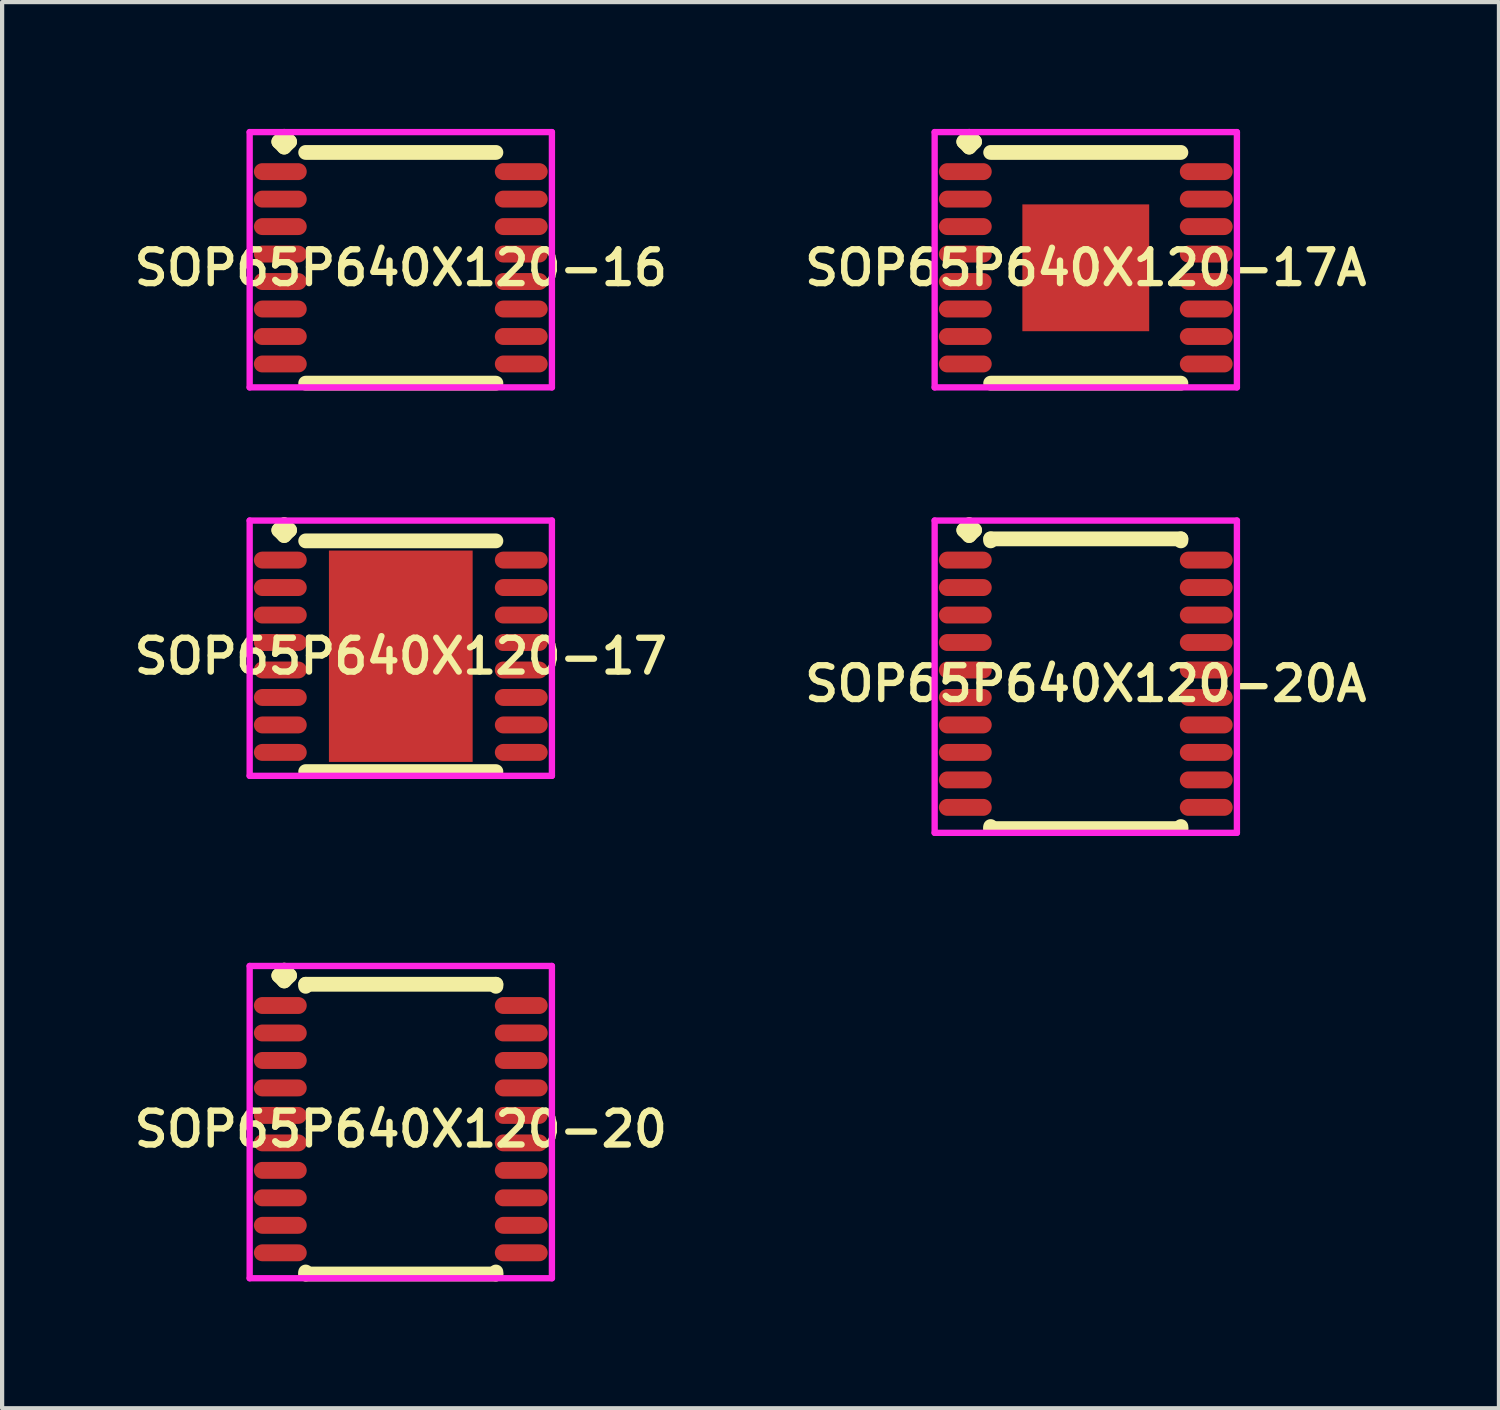
<source format=kicad_pcb>
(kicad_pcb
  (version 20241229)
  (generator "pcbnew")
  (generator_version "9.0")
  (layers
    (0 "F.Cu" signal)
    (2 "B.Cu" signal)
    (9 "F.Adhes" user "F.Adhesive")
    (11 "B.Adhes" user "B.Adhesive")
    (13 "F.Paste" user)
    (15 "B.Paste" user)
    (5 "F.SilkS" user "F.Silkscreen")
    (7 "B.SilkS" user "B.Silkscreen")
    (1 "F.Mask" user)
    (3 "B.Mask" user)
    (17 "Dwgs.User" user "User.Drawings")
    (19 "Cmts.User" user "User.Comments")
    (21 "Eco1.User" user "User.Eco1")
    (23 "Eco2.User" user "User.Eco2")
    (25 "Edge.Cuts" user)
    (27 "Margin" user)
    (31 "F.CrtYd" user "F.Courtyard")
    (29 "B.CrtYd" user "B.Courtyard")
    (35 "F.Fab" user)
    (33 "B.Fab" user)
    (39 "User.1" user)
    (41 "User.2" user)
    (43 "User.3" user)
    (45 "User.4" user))
  (footprint "SOP65P640X120-20"
    (layer "F.Cu")
    (at 6.431 23.661)
    (property "Reference" "SOP65P640X120-20" (at 0 0 0) (layer "F.SilkS") (effects (font (size 0.8 0.8) (thickness 0.15))))
    (attr through_hole)
    (fp_line (start -2.885 -3.633) (end -2.758 -3.76) (stroke (width 0.35) (type solid)) (layer "F.SilkS"))
    (fp_line (start -2.758 -3.76) (end -2.631 -3.633) (stroke (width 0.35) (type solid)) (layer "F.SilkS"))
    (fp_line (start -2.758 -3.506) (end -2.885 -3.633) (stroke (width 0.35) (type solid)) (layer "F.SilkS"))
    (fp_line (start -2.631 -3.633) (end -2.758 -3.506) (stroke (width 0.35) (type solid)) (layer "F.SilkS"))
    (fp_line (start -2.25 -3.427) (end 2.25 -3.427) (stroke (width 0.35) (type solid)) (layer "F.SilkS"))
    (fp_line (start -2.25 -3.379) (end -2.25 -3.427) (stroke (width 0.35) (type solid)) (layer "F.SilkS"))
    (fp_line (start -2.25 3.379) (end -2.25 3.427) (stroke (width 0.35) (type solid)) (layer "F.SilkS"))
    (fp_line (start -2.25 3.427) (end 2.25 3.427) (stroke (width 0.35) (type solid)) (layer "F.SilkS"))
    (fp_line (start 2.25 -3.427) (end 2.25 -3.379) (stroke (width 0.35) (type solid)) (layer "F.SilkS"))
    (fp_line (start 2.25 3.427) (end 2.25 3.379) (stroke (width 0.35) (type solid)) (layer "F.SilkS"))
    (fp_line (start -3.575 -3.86) (end 3.575 -3.86) (stroke (width 0.15) (type solid)) (layer "F.CrtYd"))
    (fp_line (start -3.575 3.527) (end -3.575 -3.86) (stroke (width 0.15) (type solid)) (layer "F.CrtYd"))
    (fp_line (start 3.575 -3.86) (end 3.575 3.527) (stroke (width 0.15) (type solid)) (layer "F.CrtYd"))
    (fp_line (start 3.575 3.527) (end -3.575 3.527) (stroke (width 0.15) (type solid)) (layer "F.CrtYd"))
    (pad "1" smd oval (at -2.85 -2.925) (size 1.25 0.4) (layers "F.Cu" "F.Mask" "F.Paste"))
    (pad "2" smd oval (at -2.85 -2.275) (size 1.25 0.4) (layers "F.Cu" "F.Mask" "F.Paste"))
    (pad "3" smd oval (at -2.85 -1.625) (size 1.25 0.4) (layers "F.Cu" "F.Mask" "F.Paste"))
    (pad "4" smd oval (at -2.85 -0.975) (size 1.25 0.4) (layers "F.Cu" "F.Mask" "F.Paste"))
    (pad "5" smd oval (at -2.85 -0.325) (size 1.25 0.4) (layers "F.Cu" "F.Mask" "F.Paste"))
    (pad "6" smd oval (at -2.85 0.325) (size 1.25 0.4) (layers "F.Cu" "F.Mask" "F.Paste"))
    (pad "7" smd oval (at -2.85 0.975) (size 1.25 0.4) (layers "F.Cu" "F.Mask" "F.Paste"))
    (pad "8" smd oval (at -2.85 1.625) (size 1.25 0.4) (layers "F.Cu" "F.Mask" "F.Paste"))
    (pad "9" smd oval (at -2.85 2.275) (size 1.25 0.4) (layers "F.Cu" "F.Mask" "F.Paste"))
    (pad "10" smd oval (at -2.85 2.925) (size 1.25 0.4) (layers "F.Cu" "F.Mask" "F.Paste"))
    (pad "11" smd oval (at 2.85 2.925) (size 1.25 0.4) (layers "F.Cu" "F.Mask" "F.Paste"))
    (pad "12" smd oval (at 2.85 2.275) (size 1.25 0.4) (layers "F.Cu" "F.Mask" "F.Paste"))
    (pad "13" smd oval (at 2.85 1.625) (size 1.25 0.4) (layers "F.Cu" "F.Mask" "F.Paste"))
    (pad "14" smd oval (at 2.85 0.975) (size 1.25 0.4) (layers "F.Cu" "F.Mask" "F.Paste"))
    (pad "15" smd oval (at 2.85 0.325) (size 1.25 0.4) (layers "F.Cu" "F.Mask" "F.Paste"))
    (pad "16" smd oval (at 2.85 -0.325) (size 1.25 0.4) (layers "F.Cu" "F.Mask" "F.Paste"))
    (pad "17" smd oval (at 2.85 -0.975) (size 1.25 0.4) (layers "F.Cu" "F.Mask" "F.Paste"))
    (pad "18" smd oval (at 2.85 -1.625) (size 1.25 0.4) (layers "F.Cu" "F.Mask" "F.Paste"))
    (pad "19" smd oval (at 2.85 -2.275) (size 1.25 0.4) (layers "F.Cu" "F.Mask" "F.Paste"))
    (pad "20" smd oval (at 2.85 -2.925) (size 1.25 0.4) (layers "F.Cu" "F.Mask" "F.Paste")))
  (footprint "SOP65P640X120-20A"
    (layer "F.Cu")
    (at 22.635 13.124)
    (property "Reference" "SOP65P640X120-20A" (at 0 0 0) (layer "F.SilkS") (effects (font (size 0.8 0.8) (thickness 0.15))))
    (attr smd)
    (fp_line (start -2.885 -3.633) (end -2.758 -3.76) (stroke (width 0.35) (type solid)) (layer "F.SilkS"))
    (fp_line (start -2.758 -3.76) (end -2.631 -3.633) (stroke (width 0.35) (type solid)) (layer "F.SilkS"))
    (fp_line (start -2.758 -3.506) (end -2.885 -3.633) (stroke (width 0.35) (type solid)) (layer "F.SilkS"))
    (fp_line (start -2.631 -3.633) (end -2.758 -3.506) (stroke (width 0.35) (type solid)) (layer "F.SilkS"))
    (fp_line (start -2.25 -3.427) (end 2.25 -3.427) (stroke (width 0.35) (type solid)) (layer "F.SilkS"))
    (fp_line (start -2.25 -3.379) (end -2.25 -3.427) (stroke (width 0.35) (type solid)) (layer "F.SilkS"))
    (fp_line (start -2.25 3.379) (end -2.25 3.427) (stroke (width 0.35) (type solid)) (layer "F.SilkS"))
    (fp_line (start -2.25 3.427) (end 2.25 3.427) (stroke (width 0.35) (type solid)) (layer "F.SilkS"))
    (fp_line (start 2.25 -3.427) (end 2.25 -3.379) (stroke (width 0.35) (type solid)) (layer "F.SilkS"))
    (fp_line (start 2.25 3.427) (end 2.25 3.379) (stroke (width 0.35) (type solid)) (layer "F.SilkS"))
    (fp_line (start -3.575 -3.86) (end 3.575 -3.86) (stroke (width 0.15) (type solid)) (layer "F.CrtYd"))
    (fp_line (start -3.575 3.527) (end -3.575 -3.86) (stroke (width 0.15) (type solid)) (layer "F.CrtYd"))
    (fp_line (start 3.575 -3.86) (end 3.575 3.527) (stroke (width 0.15) (type solid)) (layer "F.CrtYd"))
    (fp_line (start 3.575 3.527) (end -3.575 3.527) (stroke (width 0.15) (type solid)) (layer "F.CrtYd"))
    (pad "1" smd oval (at -2.85 -2.925) (size 1.25 0.4) (layers "F.Cu" "F.Mask" "F.Paste"))
    (pad "2" smd oval (at -2.85 -2.275) (size 1.25 0.4) (layers "F.Cu" "F.Mask" "F.Paste"))
    (pad "3" smd oval (at -2.85 -1.625) (size 1.25 0.4) (layers "F.Cu" "F.Mask" "F.Paste"))
    (pad "4" smd oval (at -2.85 -0.975) (size 1.25 0.4) (layers "F.Cu" "F.Mask" "F.Paste"))
    (pad "5" smd oval (at -2.85 -0.325) (size 1.25 0.4) (layers "F.Cu" "F.Mask" "F.Paste"))
    (pad "6" smd oval (at -2.85 0.325) (size 1.25 0.4) (layers "F.Cu" "F.Mask" "F.Paste"))
    (pad "7" smd oval (at -2.85 0.975) (size 1.25 0.4) (layers "F.Cu" "F.Mask" "F.Paste"))
    (pad "8" smd oval (at -2.85 1.625) (size 1.25 0.4) (layers "F.Cu" "F.Mask" "F.Paste"))
    (pad "9" smd oval (at -2.85 2.275) (size 1.25 0.4) (layers "F.Cu" "F.Mask" "F.Paste"))
    (pad "10" smd oval (at -2.85 2.925) (size 1.25 0.4) (layers "F.Cu" "F.Mask" "F.Paste"))
    (pad "11" smd oval (at 2.85 2.925) (size 1.25 0.4) (layers "F.Cu" "F.Mask" "F.Paste"))
    (pad "12" smd oval (at 2.85 2.275) (size 1.25 0.4) (layers "F.Cu" "F.Mask" "F.Paste"))
    (pad "13" smd oval (at 2.85 1.625) (size 1.25 0.4) (layers "F.Cu" "F.Mask" "F.Paste"))
    (pad "14" smd oval (at 2.85 0.975) (size 1.25 0.4) (layers "F.Cu" "F.Mask" "F.Paste"))
    (pad "15" smd oval (at 2.85 0.325) (size 1.25 0.4) (layers "F.Cu" "F.Mask" "F.Paste"))
    (pad "16" smd oval (at 2.85 -0.325) (size 1.25 0.4) (layers "F.Cu" "F.Mask" "F.Paste"))
    (pad "17" smd oval (at 2.85 -0.975) (size 1.25 0.4) (layers "F.Cu" "F.Mask" "F.Paste"))
    (pad "18" smd oval (at 2.85 -1.625) (size 1.25 0.4) (layers "F.Cu" "F.Mask" "F.Paste"))
    (pad "19" smd oval (at 2.85 -2.275) (size 1.25 0.4) (layers "F.Cu" "F.Mask" "F.Paste"))
    (pad "20" smd oval (at 2.85 -2.925) (size 1.25 0.4) (layers "F.Cu" "F.Mask" "F.Paste")))
  (footprint "SOP65P640X120-17"
    (layer "F.Cu")
    (at 6.431 12.474)
    (property "Reference" "SOP65P640X120-17" (at 0 0 0) (layer "F.SilkS") (effects (font (size 0.8 0.8) (thickness 0.15))))
    (attr smd)
    (fp_line (start -2.885 -2.983) (end -2.758 -3.11) (stroke (width 0.35) (type solid)) (layer "F.SilkS"))
    (fp_line (start -2.758 -3.11) (end -2.631 -2.983) (stroke (width 0.35) (type solid)) (layer "F.SilkS"))
    (fp_line (start -2.758 -2.856) (end -2.885 -2.983) (stroke (width 0.35) (type solid)) (layer "F.SilkS"))
    (fp_line (start -2.631 -2.983) (end -2.758 -2.856) (stroke (width 0.35) (type solid)) (layer "F.SilkS"))
    (fp_line (start -2.25 -2.729) (end 2.25 -2.729) (stroke (width 0.35) (type solid)) (layer "F.SilkS"))
    (fp_line (start -2.25 2.729) (end 2.25 2.729) (stroke (width 0.35) (type solid)) (layer "F.SilkS"))
    (fp_line (start -3.575 -3.21) (end 3.575 -3.21) (stroke (width 0.15) (type solid)) (layer "F.CrtYd"))
    (fp_line (start -3.575 2.829) (end -3.575 -3.21) (stroke (width 0.15) (type solid)) (layer "F.CrtYd"))
    (fp_line (start 3.575 -3.21) (end 3.575 2.829) (stroke (width 0.15) (type solid)) (layer "F.CrtYd"))
    (fp_line (start 3.575 2.829) (end -3.575 2.829) (stroke (width 0.15) (type solid)) (layer "F.CrtYd"))
    (pad "1" smd oval (at -2.85 -2.275) (size 1.25 0.4) (layers "F.Cu" "F.Mask" "F.Paste"))
    (pad "2" smd oval (at -2.85 -1.625) (size 1.25 0.4) (layers "F.Cu" "F.Mask" "F.Paste"))
    (pad "3" smd oval (at -2.85 -0.975) (size 1.25 0.4) (layers "F.Cu" "F.Mask" "F.Paste"))
    (pad "4" smd oval (at -2.85 -0.325) (size 1.25 0.4) (layers "F.Cu" "F.Mask" "F.Paste"))
    (pad "5" smd oval (at -2.85 0.325) (size 1.25 0.4) (layers "F.Cu" "F.Mask" "F.Paste"))
    (pad "6" smd oval (at -2.85 0.975) (size 1.25 0.4) (layers "F.Cu" "F.Mask" "F.Paste"))
    (pad "7" smd oval (at -2.85 1.625) (size 1.25 0.4) (layers "F.Cu" "F.Mask" "F.Paste"))
    (pad "8" smd oval (at -2.85 2.275) (size 1.25 0.4) (layers "F.Cu" "F.Mask" "F.Paste"))
    (pad "9" smd oval (at 2.85 2.275) (size 1.25 0.4) (layers "F.Cu" "F.Mask" "F.Paste"))
    (pad "10" smd oval (at 2.85 1.625) (size 1.25 0.4) (layers "F.Cu" "F.Mask" "F.Paste"))
    (pad "11" smd oval (at 2.85 0.975) (size 1.25 0.4) (layers "F.Cu" "F.Mask" "F.Paste"))
    (pad "12" smd oval (at 2.85 0.325) (size 1.25 0.4) (layers "F.Cu" "F.Mask" "F.Paste"))
    (pad "13" smd oval (at 2.85 -0.325) (size 1.25 0.4) (layers "F.Cu" "F.Mask" "F.Paste"))
    (pad "14" smd oval (at 2.85 -0.975) (size 1.25 0.4) (layers "F.Cu" "F.Mask" "F.Paste"))
    (pad "15" smd oval (at 2.85 -1.625) (size 1.25 0.4) (layers "F.Cu" "F.Mask" "F.Paste"))
    (pad "16" smd oval (at 2.85 -2.275) (size 1.25 0.4) (layers "F.Cu" "F.Mask" "F.Paste"))
    (pad "17" smd rect (at 0 0) (size 3.4 5) (layers "F.Cu" "F.Mask" "F.Paste")))
  (footprint "SOP65P640X120-17A"
    (layer "F.Cu")
    (at 22.635 3.285)
    (property "Reference" "SOP65P640X120-17A" (at 0 0 0) (layer "F.SilkS") (effects (font (size 0.8 0.8) (thickness 0.15))))
    (attr smd)
    (fp_line (start -2.885 -2.983) (end -2.758 -3.11) (stroke (width 0.35) (type solid)) (layer "F.SilkS"))
    (fp_line (start -2.758 -3.11) (end -2.631 -2.983) (stroke (width 0.35) (type solid)) (layer "F.SilkS"))
    (fp_line (start -2.758 -2.856) (end -2.885 -2.983) (stroke (width 0.35) (type solid)) (layer "F.SilkS"))
    (fp_line (start -2.631 -2.983) (end -2.758 -2.856) (stroke (width 0.35) (type solid)) (layer "F.SilkS"))
    (fp_line (start -2.25 -2.729) (end 2.25 -2.729) (stroke (width 0.35) (type solid)) (layer "F.SilkS"))
    (fp_line (start -2.25 2.729) (end 2.25 2.729) (stroke (width 0.35) (type solid)) (layer "F.SilkS"))
    (fp_line (start -3.575 -3.21) (end 3.575 -3.21) (stroke (width 0.15) (type solid)) (layer "F.CrtYd"))
    (fp_line (start -3.575 2.829) (end -3.575 -3.21) (stroke (width 0.15) (type solid)) (layer "F.CrtYd"))
    (fp_line (start 3.575 -3.21) (end 3.575 2.829) (stroke (width 0.15) (type solid)) (layer "F.CrtYd"))
    (fp_line (start 3.575 2.829) (end -3.575 2.829) (stroke (width 0.15) (type solid)) (layer "F.CrtYd"))
    (pad "1" smd oval (at -2.85 -2.275) (size 1.25 0.4) (layers "F.Cu" "F.Mask" "F.Paste"))
    (pad "2" smd oval (at -2.85 -1.625) (size 1.25 0.4) (layers "F.Cu" "F.Mask" "F.Paste"))
    (pad "3" smd oval (at -2.85 -0.975) (size 1.25 0.4) (layers "F.Cu" "F.Mask" "F.Paste"))
    (pad "4" smd oval (at -2.85 -0.325) (size 1.25 0.4) (layers "F.Cu" "F.Mask" "F.Paste"))
    (pad "5" smd oval (at -2.85 0.325) (size 1.25 0.4) (layers "F.Cu" "F.Mask" "F.Paste"))
    (pad "6" smd oval (at -2.85 0.975) (size 1.25 0.4) (layers "F.Cu" "F.Mask" "F.Paste"))
    (pad "7" smd oval (at -2.85 1.625) (size 1.25 0.4) (layers "F.Cu" "F.Mask" "F.Paste"))
    (pad "8" smd oval (at -2.85 2.275) (size 1.25 0.4) (layers "F.Cu" "F.Mask" "F.Paste"))
    (pad "9" smd oval (at 2.85 2.275) (size 1.25 0.4) (layers "F.Cu" "F.Mask" "F.Paste"))
    (pad "10" smd oval (at 2.85 1.625) (size 1.25 0.4) (layers "F.Cu" "F.Mask" "F.Paste"))
    (pad "11" smd oval (at 2.85 0.975) (size 1.25 0.4) (layers "F.Cu" "F.Mask" "F.Paste"))
    (pad "12" smd oval (at 2.85 0.325) (size 1.25 0.4) (layers "F.Cu" "F.Mask" "F.Paste"))
    (pad "13" smd oval (at 2.85 -0.325) (size 1.25 0.4) (layers "F.Cu" "F.Mask" "F.Paste"))
    (pad "14" smd oval (at 2.85 -0.975) (size 1.25 0.4) (layers "F.Cu" "F.Mask" "F.Paste"))
    (pad "15" smd oval (at 2.85 -1.625) (size 1.25 0.4) (layers "F.Cu" "F.Mask" "F.Paste"))
    (pad "16" smd oval (at 2.85 -2.275) (size 1.25 0.4) (layers "F.Cu" "F.Mask" "F.Paste"))
    (pad "17" smd rect (at 0 0) (size 3 3) (layers "F.Cu" "F.Mask" "F.Paste")))
  (footprint "SOP65P640X120-16"
    (layer "F.Cu")
    (at 6.431 3.285)
    (property "Reference" "SOP65P640X120-16" (at 0 0 0) (layer "F.SilkS") (effects (font (size 0.8 0.8) (thickness 0.15))))
    (attr through_hole)
    (fp_line (start -2.885 -2.983) (end -2.758 -3.11) (stroke (width 0.35) (type solid)) (layer "F.SilkS"))
    (fp_line (start -2.758 -3.11) (end -2.631 -2.983) (stroke (width 0.35) (type solid)) (layer "F.SilkS"))
    (fp_line (start -2.758 -2.856) (end -2.885 -2.983) (stroke (width 0.35) (type solid)) (layer "F.SilkS"))
    (fp_line (start -2.631 -2.983) (end -2.758 -2.856) (stroke (width 0.35) (type solid)) (layer "F.SilkS"))
    (fp_line (start -2.25 -2.729) (end 2.25 -2.729) (stroke (width 0.35) (type solid)) (layer "F.SilkS"))
    (fp_line (start -2.25 2.729) (end 2.25 2.729) (stroke (width 0.35) (type solid)) (layer "F.SilkS"))
    (fp_line (start -3.575 -3.21) (end 3.575 -3.21) (stroke (width 0.15) (type solid)) (layer "F.CrtYd"))
    (fp_line (start -3.575 2.829) (end -3.575 -3.21) (stroke (width 0.15) (type solid)) (layer "F.CrtYd"))
    (fp_line (start 3.575 -3.21) (end 3.575 2.829) (stroke (width 0.15) (type solid)) (layer "F.CrtYd"))
    (fp_line (start 3.575 2.829) (end -3.575 2.829) (stroke (width 0.15) (type solid)) (layer "F.CrtYd"))
    (pad "1" smd oval (at -2.85 -2.275) (size 1.25 0.4) (layers "F.Cu" "F.Mask" "F.Paste"))
    (pad "2" smd oval (at -2.85 -1.625) (size 1.25 0.4) (layers "F.Cu" "F.Mask" "F.Paste"))
    (pad "3" smd oval (at -2.85 -0.975) (size 1.25 0.4) (layers "F.Cu" "F.Mask" "F.Paste"))
    (pad "4" smd oval (at -2.85 -0.325) (size 1.25 0.4) (layers "F.Cu" "F.Mask" "F.Paste"))
    (pad "5" smd oval (at -2.85 0.325) (size 1.25 0.4) (layers "F.Cu" "F.Mask" "F.Paste"))
    (pad "6" smd oval (at -2.85 0.975) (size 1.25 0.4) (layers "F.Cu" "F.Mask" "F.Paste"))
    (pad "7" smd oval (at -2.85 1.625) (size 1.25 0.4) (layers "F.Cu" "F.Mask" "F.Paste"))
    (pad "8" smd oval (at -2.85 2.275) (size 1.25 0.4) (layers "F.Cu" "F.Mask" "F.Paste"))
    (pad "9" smd oval (at 2.85 2.275) (size 1.25 0.4) (layers "F.Cu" "F.Mask" "F.Paste"))
    (pad "10" smd oval (at 2.85 1.625) (size 1.25 0.4) (layers "F.Cu" "F.Mask" "F.Paste"))
    (pad "11" smd oval (at 2.85 0.975) (size 1.25 0.4) (layers "F.Cu" "F.Mask" "F.Paste"))
    (pad "12" smd oval (at 2.85 0.325) (size 1.25 0.4) (layers "F.Cu" "F.Mask" "F.Paste"))
    (pad "13" smd oval (at 2.85 -0.325) (size 1.25 0.4) (layers "F.Cu" "F.Mask" "F.Paste"))
    (pad "14" smd oval (at 2.85 -0.975) (size 1.25 0.4) (layers "F.Cu" "F.Mask" "F.Paste"))
    (pad "15" smd oval (at 2.85 -1.625) (size 1.25 0.4) (layers "F.Cu" "F.Mask" "F.Paste"))
    (pad "16" smd oval (at 2.85 -2.275) (size 1.25 0.4) (layers "F.Cu" "F.Mask" "F.Paste")))
  (gr_rect
    (start -3 -3)
    (end 32.409 30.263)
    (stroke (width 0.1) (type default))
    (fill no)
    (layer "Edge.Cuts")))
</source>
